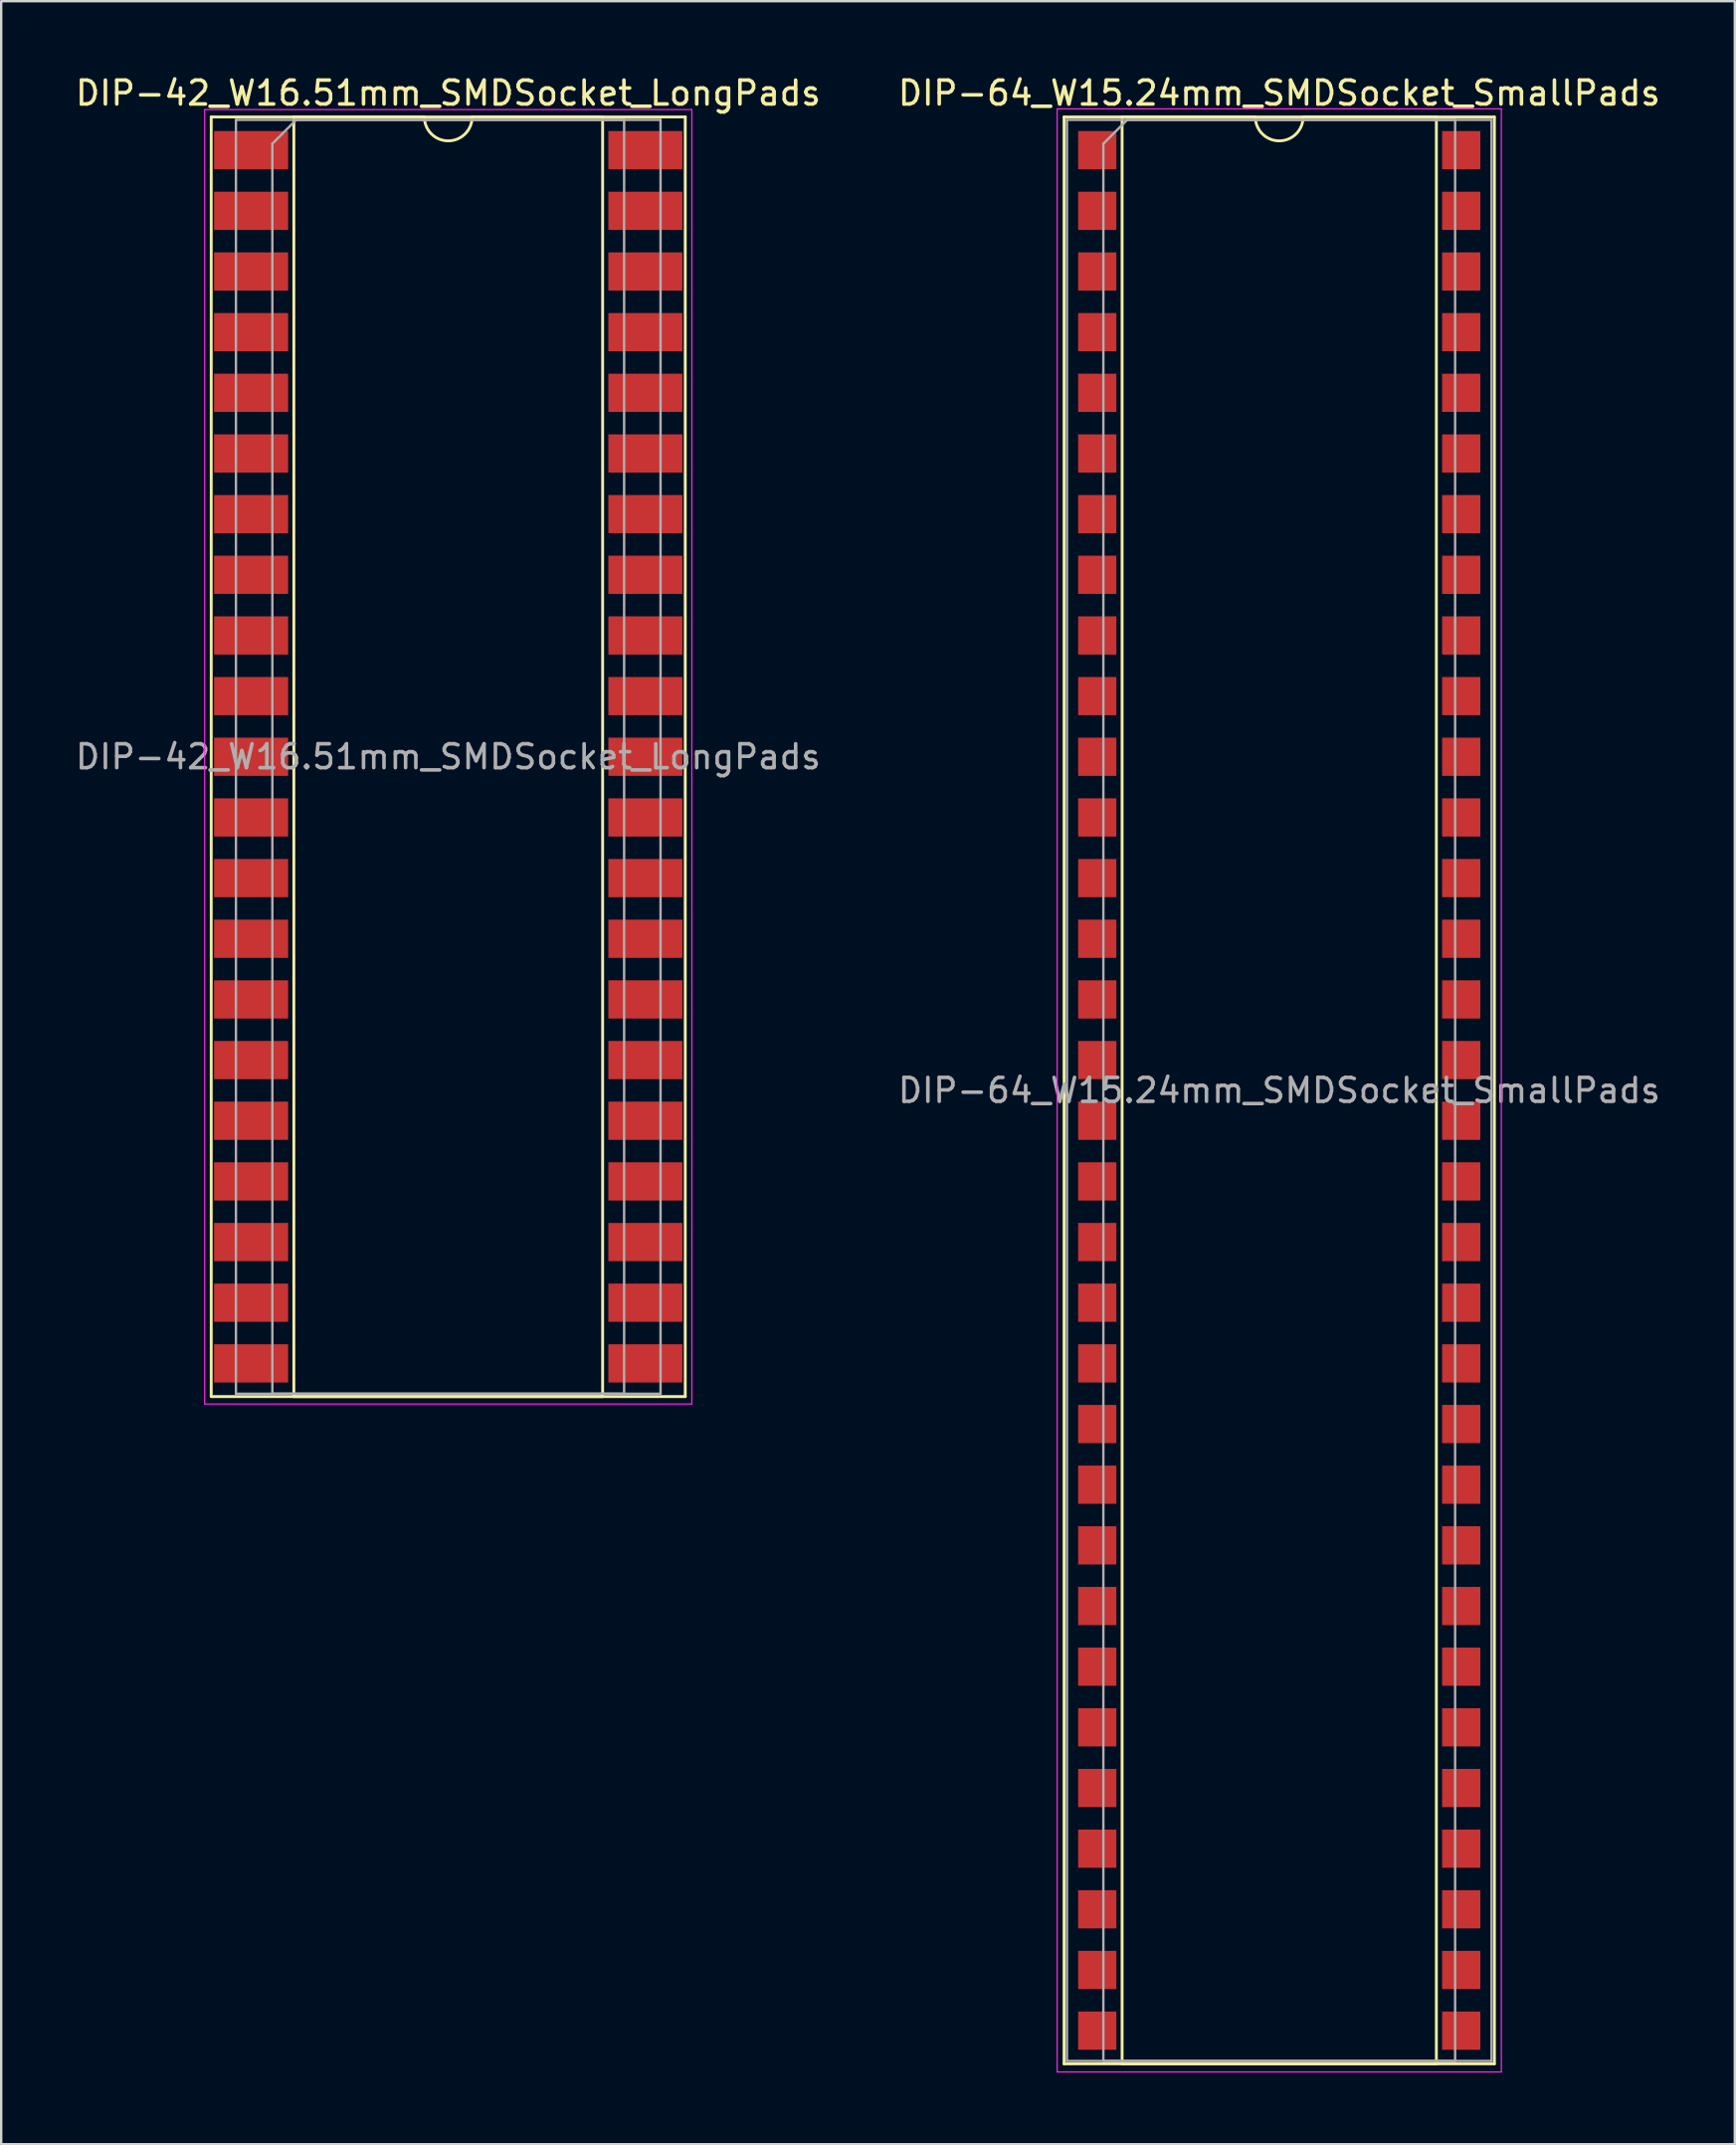
<source format=kicad_pcb>
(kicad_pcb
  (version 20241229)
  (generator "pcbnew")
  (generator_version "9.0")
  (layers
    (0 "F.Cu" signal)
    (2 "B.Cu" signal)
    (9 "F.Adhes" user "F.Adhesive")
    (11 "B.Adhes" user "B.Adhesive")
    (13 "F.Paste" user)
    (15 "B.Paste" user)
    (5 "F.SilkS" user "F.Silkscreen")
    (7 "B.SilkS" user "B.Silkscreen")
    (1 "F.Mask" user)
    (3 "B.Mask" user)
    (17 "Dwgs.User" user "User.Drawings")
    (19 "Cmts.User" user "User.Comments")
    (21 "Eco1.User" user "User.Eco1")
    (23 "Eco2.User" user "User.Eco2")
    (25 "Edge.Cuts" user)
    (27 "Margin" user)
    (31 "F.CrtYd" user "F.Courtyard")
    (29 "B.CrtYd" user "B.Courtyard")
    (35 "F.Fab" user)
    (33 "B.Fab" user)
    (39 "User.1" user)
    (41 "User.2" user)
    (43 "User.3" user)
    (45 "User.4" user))
  (footprint "DIP-42_W16.51mm_SMDSocket_LongPads"
    (layer "F.Cu")
    (at 15.72 28.638)
    (property "Reference" "DIP-42_W16.51mm_SMDSocket_LongPads" (at 0 -27.79 0) (layer "F.SilkS") (effects (font (size 1 1) (thickness 0.15))))
    (attr smd)
    (fp_line (start -9.925 -26.79) (end -9.925 26.79) (stroke (width 0.12) (type solid)) (layer "F.SilkS"))
    (fp_line (start -9.925 26.79) (end 9.925 26.79) (stroke (width 0.12) (type solid)) (layer "F.SilkS"))
    (fp_line (start -6.465 -26.79) (end -6.465 26.79) (stroke (width 0.12) (type solid)) (layer "F.SilkS"))
    (fp_line (start -6.465 26.79) (end 6.465 26.79) (stroke (width 0.12) (type solid)) (layer "F.SilkS"))
    (fp_line (start -1 -26.79) (end -6.465 -26.79) (stroke (width 0.12) (type solid)) (layer "F.SilkS"))
    (fp_line (start 6.465 -26.79) (end 1 -26.79) (stroke (width 0.12) (type solid)) (layer "F.SilkS"))
    (fp_line (start 6.465 26.79) (end 6.465 -26.79) (stroke (width 0.12) (type solid)) (layer "F.SilkS"))
    (fp_line (start 9.925 -26.79) (end -9.925 -26.79) (stroke (width 0.12) (type solid)) (layer "F.SilkS"))
    (fp_line (start 9.925 26.79) (end 9.925 -26.79) (stroke (width 0.12) (type solid)) (layer "F.SilkS"))
    (fp_arc (start 1 -26.79) (mid 0 -25.79) (end -1 -26.79) (stroke (width 0.12) (type solid)) (layer "F.SilkS"))
    (fp_line (start -10.2 -27.1) (end -10.2 27.1) (stroke (width 0.05) (type solid)) (layer "F.CrtYd"))
    (fp_line (start -10.2 27.1) (end 10.2 27.1) (stroke (width 0.05) (type solid)) (layer "F.CrtYd"))
    (fp_line (start 10.2 -27.1) (end -10.2 -27.1) (stroke (width 0.05) (type solid)) (layer "F.CrtYd"))
    (fp_line (start 10.2 27.1) (end 10.2 -27.1) (stroke (width 0.05) (type solid)) (layer "F.CrtYd"))
    (fp_line (start -8.89 -26.67) (end -8.89 26.67) (stroke (width 0.1) (type solid)) (layer "F.Fab"))
    (fp_line (start -8.89 26.67) (end 8.89 26.67) (stroke (width 0.1) (type solid)) (layer "F.Fab"))
    (fp_line (start -7.365 -25.67) (end -6.365 -26.67) (stroke (width 0.1) (type solid)) (layer "F.Fab"))
    (fp_line (start -7.365 26.67) (end -7.365 -25.67) (stroke (width 0.1) (type solid)) (layer "F.Fab"))
    (fp_line (start -6.365 -26.67) (end 7.365 -26.67) (stroke (width 0.1) (type solid)) (layer "F.Fab"))
    (fp_line (start 7.365 -26.67) (end 7.365 26.67) (stroke (width 0.1) (type solid)) (layer "F.Fab"))
    (fp_line (start 7.365 26.67) (end -7.365 26.67) (stroke (width 0.1) (type solid)) (layer "F.Fab"))
    (fp_line (start 8.89 -26.67) (end -8.89 -26.67) (stroke (width 0.1) (type solid)) (layer "F.Fab"))
    (fp_line (start 8.89 26.67) (end 8.89 -26.67) (stroke (width 0.1) (type solid)) (layer "F.Fab"))
    (fp_text user "${REFERENCE}" (at 0 0 0) (layer "F.Fab") (effects (font (size 1 1) (thickness 0.15))))
    (pad "1" smd rect (at -8.255 -25.4) (size 3.1 1.6) (layers "F.Cu" "F.Mask" "F.Paste"))
    (pad "2" smd rect (at -8.255 -22.86) (size 3.1 1.6) (layers "F.Cu" "F.Mask" "F.Paste"))
    (pad "3" smd rect (at -8.255 -20.32) (size 3.1 1.6) (layers "F.Cu" "F.Mask" "F.Paste"))
    (pad "4" smd rect (at -8.255 -17.78) (size 3.1 1.6) (layers "F.Cu" "F.Mask" "F.Paste"))
    (pad "5" smd rect (at -8.255 -15.24) (size 3.1 1.6) (layers "F.Cu" "F.Mask" "F.Paste"))
    (pad "6" smd rect (at -8.255 -12.7) (size 3.1 1.6) (layers "F.Cu" "F.Mask" "F.Paste"))
    (pad "7" smd rect (at -8.255 -10.16) (size 3.1 1.6) (layers "F.Cu" "F.Mask" "F.Paste"))
    (pad "8" smd rect (at -8.255 -7.62) (size 3.1 1.6) (layers "F.Cu" "F.Mask" "F.Paste"))
    (pad "9" smd rect (at -8.255 -5.08) (size 3.1 1.6) (layers "F.Cu" "F.Mask" "F.Paste"))
    (pad "10" smd rect (at -8.255 -2.54) (size 3.1 1.6) (layers "F.Cu" "F.Mask" "F.Paste"))
    (pad "11" smd rect (at -8.255 0) (size 3.1 1.6) (layers "F.Cu" "F.Mask" "F.Paste"))
    (pad "12" smd rect (at -8.255 2.54) (size 3.1 1.6) (layers "F.Cu" "F.Mask" "F.Paste"))
    (pad "13" smd rect (at -8.255 5.08) (size 3.1 1.6) (layers "F.Cu" "F.Mask" "F.Paste"))
    (pad "14" smd rect (at -8.255 7.62) (size 3.1 1.6) (layers "F.Cu" "F.Mask" "F.Paste"))
    (pad "15" smd rect (at -8.255 10.16) (size 3.1 1.6) (layers "F.Cu" "F.Mask" "F.Paste"))
    (pad "16" smd rect (at -8.255 12.7) (size 3.1 1.6) (layers "F.Cu" "F.Mask" "F.Paste"))
    (pad "17" smd rect (at -8.255 15.24) (size 3.1 1.6) (layers "F.Cu" "F.Mask" "F.Paste"))
    (pad "18" smd rect (at -8.255 17.78) (size 3.1 1.6) (layers "F.Cu" "F.Mask" "F.Paste"))
    (pad "19" smd rect (at -8.255 20.32) (size 3.1 1.6) (layers "F.Cu" "F.Mask" "F.Paste"))
    (pad "20" smd rect (at -8.255 22.86) (size 3.1 1.6) (layers "F.Cu" "F.Mask" "F.Paste"))
    (pad "21" smd rect (at -8.255 25.4) (size 3.1 1.6) (layers "F.Cu" "F.Mask" "F.Paste"))
    (pad "22" smd rect (at 8.255 25.4) (size 3.1 1.6) (layers "F.Cu" "F.Mask" "F.Paste"))
    (pad "23" smd rect (at 8.255 22.86) (size 3.1 1.6) (layers "F.Cu" "F.Mask" "F.Paste"))
    (pad "24" smd rect (at 8.255 20.32) (size 3.1 1.6) (layers "F.Cu" "F.Mask" "F.Paste"))
    (pad "25" smd rect (at 8.255 17.78) (size 3.1 1.6) (layers "F.Cu" "F.Mask" "F.Paste"))
    (pad "26" smd rect (at 8.255 15.24) (size 3.1 1.6) (layers "F.Cu" "F.Mask" "F.Paste"))
    (pad "27" smd rect (at 8.255 12.7) (size 3.1 1.6) (layers "F.Cu" "F.Mask" "F.Paste"))
    (pad "28" smd rect (at 8.255 10.16) (size 3.1 1.6) (layers "F.Cu" "F.Mask" "F.Paste"))
    (pad "29" smd rect (at 8.255 7.62) (size 3.1 1.6) (layers "F.Cu" "F.Mask" "F.Paste"))
    (pad "30" smd rect (at 8.255 5.08) (size 3.1 1.6) (layers "F.Cu" "F.Mask" "F.Paste"))
    (pad "31" smd rect (at 8.255 2.54) (size 3.1 1.6) (layers "F.Cu" "F.Mask" "F.Paste"))
    (pad "32" smd rect (at 8.255 0) (size 3.1 1.6) (layers "F.Cu" "F.Mask" "F.Paste"))
    (pad "33" smd rect (at 8.255 -2.54) (size 3.1 1.6) (layers "F.Cu" "F.Mask" "F.Paste"))
    (pad "34" smd rect (at 8.255 -5.08) (size 3.1 1.6) (layers "F.Cu" "F.Mask" "F.Paste"))
    (pad "35" smd rect (at 8.255 -7.62) (size 3.1 1.6) (layers "F.Cu" "F.Mask" "F.Paste"))
    (pad "36" smd rect (at 8.255 -10.16) (size 3.1 1.6) (layers "F.Cu" "F.Mask" "F.Paste"))
    (pad "37" smd rect (at 8.255 -12.7) (size 3.1 1.6) (layers "F.Cu" "F.Mask" "F.Paste"))
    (pad "38" smd rect (at 8.255 -15.24) (size 3.1 1.6) (layers "F.Cu" "F.Mask" "F.Paste"))
    (pad "39" smd rect (at 8.255 -17.78) (size 3.1 1.6) (layers "F.Cu" "F.Mask" "F.Paste"))
    (pad "40" smd rect (at 8.255 -20.32) (size 3.1 1.6) (layers "F.Cu" "F.Mask" "F.Paste"))
    (pad "41" smd rect (at 8.255 -22.86) (size 3.1 1.6) (layers "F.Cu" "F.Mask" "F.Paste"))
    (pad "42" smd rect (at 8.255 -25.4) (size 3.1 1.6) (layers "F.Cu" "F.Mask" "F.Paste")))
  (footprint "DIP-64_W15.24mm_SMDSocket_SmallPads"
    (layer "F.Cu")
    (at 50.518 42.608)
    (property "Reference" "DIP-64_W15.24mm_SMDSocket_SmallPads" (at 0 -41.76 0) (layer "F.SilkS") (effects (font (size 1 1) (thickness 0.15))))
    (attr smd)
    (fp_line (start -9.01 -40.76) (end -9.01 40.76) (stroke (width 0.12) (type solid)) (layer "F.SilkS"))
    (fp_line (start -9.01 40.76) (end 9.01 40.76) (stroke (width 0.12) (type solid)) (layer "F.SilkS"))
    (fp_line (start -6.58 -40.76) (end -6.58 40.76) (stroke (width 0.12) (type solid)) (layer "F.SilkS"))
    (fp_line (start -6.58 40.76) (end 6.58 40.76) (stroke (width 0.12) (type solid)) (layer "F.SilkS"))
    (fp_line (start -1 -40.76) (end -6.58 -40.76) (stroke (width 0.12) (type solid)) (layer "F.SilkS"))
    (fp_line (start 6.58 -40.76) (end 1 -40.76) (stroke (width 0.12) (type solid)) (layer "F.SilkS"))
    (fp_line (start 6.58 40.76) (end 6.58 -40.76) (stroke (width 0.12) (type solid)) (layer "F.SilkS"))
    (fp_line (start 9.01 -40.76) (end -9.01 -40.76) (stroke (width 0.12) (type solid)) (layer "F.SilkS"))
    (fp_line (start 9.01 40.76) (end 9.01 -40.76) (stroke (width 0.12) (type solid)) (layer "F.SilkS"))
    (fp_arc (start 1 -40.76) (mid 0 -39.76) (end -1 -40.76) (stroke (width 0.12) (type solid)) (layer "F.SilkS"))
    (fp_line (start -9.3 -41.1) (end -9.3 41.1) (stroke (width 0.05) (type solid)) (layer "F.CrtYd"))
    (fp_line (start -9.3 41.1) (end 9.3 41.1) (stroke (width 0.05) (type solid)) (layer "F.CrtYd"))
    (fp_line (start 9.3 -41.1) (end -9.3 -41.1) (stroke (width 0.05) (type solid)) (layer "F.CrtYd"))
    (fp_line (start 9.3 41.1) (end 9.3 -41.1) (stroke (width 0.05) (type solid)) (layer "F.CrtYd"))
    (fp_line (start -8.89 -40.64) (end -8.89 40.64) (stroke (width 0.1) (type solid)) (layer "F.Fab"))
    (fp_line (start -8.89 40.64) (end 8.89 40.64) (stroke (width 0.1) (type solid)) (layer "F.Fab"))
    (fp_line (start -7.365 -39.64) (end -6.365 -40.64) (stroke (width 0.1) (type solid)) (layer "F.Fab"))
    (fp_line (start -7.365 40.64) (end -7.365 -39.64) (stroke (width 0.1) (type solid)) (layer "F.Fab"))
    (fp_line (start -6.365 -40.64) (end 7.365 -40.64) (stroke (width 0.1) (type solid)) (layer "F.Fab"))
    (fp_line (start 7.365 -40.64) (end 7.365 40.64) (stroke (width 0.1) (type solid)) (layer "F.Fab"))
    (fp_line (start 7.365 40.64) (end -7.365 40.64) (stroke (width 0.1) (type solid)) (layer "F.Fab"))
    (fp_line (start 8.89 -40.64) (end -8.89 -40.64) (stroke (width 0.1) (type solid)) (layer "F.Fab"))
    (fp_line (start 8.89 40.64) (end 8.89 -40.64) (stroke (width 0.1) (type solid)) (layer "F.Fab"))
    (fp_text user "${REFERENCE}" (at 0 0 0) (layer "F.Fab") (effects (font (size 1 1) (thickness 0.15))))
    (pad "1" smd rect (at -7.62 -39.37) (size 1.6 1.6) (layers "F.Cu" "F.Mask" "F.Paste"))
    (pad "2" smd rect (at -7.62 -36.83) (size 1.6 1.6) (layers "F.Cu" "F.Mask" "F.Paste"))
    (pad "3" smd rect (at -7.62 -34.29) (size 1.6 1.6) (layers "F.Cu" "F.Mask" "F.Paste"))
    (pad "4" smd rect (at -7.62 -31.75) (size 1.6 1.6) (layers "F.Cu" "F.Mask" "F.Paste"))
    (pad "5" smd rect (at -7.62 -29.21) (size 1.6 1.6) (layers "F.Cu" "F.Mask" "F.Paste"))
    (pad "6" smd rect (at -7.62 -26.67) (size 1.6 1.6) (layers "F.Cu" "F.Mask" "F.Paste"))
    (pad "7" smd rect (at -7.62 -24.13) (size 1.6 1.6) (layers "F.Cu" "F.Mask" "F.Paste"))
    (pad "8" smd rect (at -7.62 -21.59) (size 1.6 1.6) (layers "F.Cu" "F.Mask" "F.Paste"))
    (pad "9" smd rect (at -7.62 -19.05) (size 1.6 1.6) (layers "F.Cu" "F.Mask" "F.Paste"))
    (pad "10" smd rect (at -7.62 -16.51) (size 1.6 1.6) (layers "F.Cu" "F.Mask" "F.Paste"))
    (pad "11" smd rect (at -7.62 -13.97) (size 1.6 1.6) (layers "F.Cu" "F.Mask" "F.Paste"))
    (pad "12" smd rect (at -7.62 -11.43) (size 1.6 1.6) (layers "F.Cu" "F.Mask" "F.Paste"))
    (pad "13" smd rect (at -7.62 -8.89) (size 1.6 1.6) (layers "F.Cu" "F.Mask" "F.Paste"))
    (pad "14" smd rect (at -7.62 -6.35) (size 1.6 1.6) (layers "F.Cu" "F.Mask" "F.Paste"))
    (pad "15" smd rect (at -7.62 -3.81) (size 1.6 1.6) (layers "F.Cu" "F.Mask" "F.Paste"))
    (pad "16" smd rect (at -7.62 -1.27) (size 1.6 1.6) (layers "F.Cu" "F.Mask" "F.Paste"))
    (pad "17" smd rect (at -7.62 1.27) (size 1.6 1.6) (layers "F.Cu" "F.Mask" "F.Paste"))
    (pad "18" smd rect (at -7.62 3.81) (size 1.6 1.6) (layers "F.Cu" "F.Mask" "F.Paste"))
    (pad "19" smd rect (at -7.62 6.35) (size 1.6 1.6) (layers "F.Cu" "F.Mask" "F.Paste"))
    (pad "20" smd rect (at -7.62 8.89) (size 1.6 1.6) (layers "F.Cu" "F.Mask" "F.Paste"))
    (pad "21" smd rect (at -7.62 11.43) (size 1.6 1.6) (layers "F.Cu" "F.Mask" "F.Paste"))
    (pad "22" smd rect (at -7.62 13.97) (size 1.6 1.6) (layers "F.Cu" "F.Mask" "F.Paste"))
    (pad "23" smd rect (at -7.62 16.51) (size 1.6 1.6) (layers "F.Cu" "F.Mask" "F.Paste"))
    (pad "24" smd rect (at -7.62 19.05) (size 1.6 1.6) (layers "F.Cu" "F.Mask" "F.Paste"))
    (pad "25" smd rect (at -7.62 21.59) (size 1.6 1.6) (layers "F.Cu" "F.Mask" "F.Paste"))
    (pad "26" smd rect (at -7.62 24.13) (size 1.6 1.6) (layers "F.Cu" "F.Mask" "F.Paste"))
    (pad "27" smd rect (at -7.62 26.67) (size 1.6 1.6) (layers "F.Cu" "F.Mask" "F.Paste"))
    (pad "28" smd rect (at -7.62 29.21) (size 1.6 1.6) (layers "F.Cu" "F.Mask" "F.Paste"))
    (pad "29" smd rect (at -7.62 31.75) (size 1.6 1.6) (layers "F.Cu" "F.Mask" "F.Paste"))
    (pad "30" smd rect (at -7.62 34.29) (size 1.6 1.6) (layers "F.Cu" "F.Mask" "F.Paste"))
    (pad "31" smd rect (at -7.62 36.83) (size 1.6 1.6) (layers "F.Cu" "F.Mask" "F.Paste"))
    (pad "32" smd rect (at -7.62 39.37) (size 1.6 1.6) (layers "F.Cu" "F.Mask" "F.Paste"))
    (pad "33" smd rect (at 7.62 39.37) (size 1.6 1.6) (layers "F.Cu" "F.Mask" "F.Paste"))
    (pad "34" smd rect (at 7.62 36.83) (size 1.6 1.6) (layers "F.Cu" "F.Mask" "F.Paste"))
    (pad "35" smd rect (at 7.62 34.29) (size 1.6 1.6) (layers "F.Cu" "F.Mask" "F.Paste"))
    (pad "36" smd rect (at 7.62 31.75) (size 1.6 1.6) (layers "F.Cu" "F.Mask" "F.Paste"))
    (pad "37" smd rect (at 7.62 29.21) (size 1.6 1.6) (layers "F.Cu" "F.Mask" "F.Paste"))
    (pad "38" smd rect (at 7.62 26.67) (size 1.6 1.6) (layers "F.Cu" "F.Mask" "F.Paste"))
    (pad "39" smd rect (at 7.62 24.13) (size 1.6 1.6) (layers "F.Cu" "F.Mask" "F.Paste"))
    (pad "40" smd rect (at 7.62 21.59) (size 1.6 1.6) (layers "F.Cu" "F.Mask" "F.Paste"))
    (pad "41" smd rect (at 7.62 19.05) (size 1.6 1.6) (layers "F.Cu" "F.Mask" "F.Paste"))
    (pad "42" smd rect (at 7.62 16.51) (size 1.6 1.6) (layers "F.Cu" "F.Mask" "F.Paste"))
    (pad "43" smd rect (at 7.62 13.97) (size 1.6 1.6) (layers "F.Cu" "F.Mask" "F.Paste"))
    (pad "44" smd rect (at 7.62 11.43) (size 1.6 1.6) (layers "F.Cu" "F.Mask" "F.Paste"))
    (pad "45" smd rect (at 7.62 8.89) (size 1.6 1.6) (layers "F.Cu" "F.Mask" "F.Paste"))
    (pad "46" smd rect (at 7.62 6.35) (size 1.6 1.6) (layers "F.Cu" "F.Mask" "F.Paste"))
    (pad "47" smd rect (at 7.62 3.81) (size 1.6 1.6) (layers "F.Cu" "F.Mask" "F.Paste"))
    (pad "48" smd rect (at 7.62 1.27) (size 1.6 1.6) (layers "F.Cu" "F.Mask" "F.Paste"))
    (pad "49" smd rect (at 7.62 -1.27) (size 1.6 1.6) (layers "F.Cu" "F.Mask" "F.Paste"))
    (pad "50" smd rect (at 7.62 -3.81) (size 1.6 1.6) (layers "F.Cu" "F.Mask" "F.Paste"))
    (pad "51" smd rect (at 7.62 -6.35) (size 1.6 1.6) (layers "F.Cu" "F.Mask" "F.Paste"))
    (pad "52" smd rect (at 7.62 -8.89) (size 1.6 1.6) (layers "F.Cu" "F.Mask" "F.Paste"))
    (pad "53" smd rect (at 7.62 -11.43) (size 1.6 1.6) (layers "F.Cu" "F.Mask" "F.Paste"))
    (pad "54" smd rect (at 7.62 -13.97) (size 1.6 1.6) (layers "F.Cu" "F.Mask" "F.Paste"))
    (pad "55" smd rect (at 7.62 -16.51) (size 1.6 1.6) (layers "F.Cu" "F.Mask" "F.Paste"))
    (pad "56" smd rect (at 7.62 -19.05) (size 1.6 1.6) (layers "F.Cu" "F.Mask" "F.Paste"))
    (pad "57" smd rect (at 7.62 -21.59) (size 1.6 1.6) (layers "F.Cu" "F.Mask" "F.Paste"))
    (pad "58" smd rect (at 7.62 -24.13) (size 1.6 1.6) (layers "F.Cu" "F.Mask" "F.Paste"))
    (pad "59" smd rect (at 7.62 -26.67) (size 1.6 1.6) (layers "F.Cu" "F.Mask" "F.Paste"))
    (pad "60" smd rect (at 7.62 -29.21) (size 1.6 1.6) (layers "F.Cu" "F.Mask" "F.Paste"))
    (pad "61" smd rect (at 7.62 -31.75) (size 1.6 1.6) (layers "F.Cu" "F.Mask" "F.Paste"))
    (pad "62" smd rect (at 7.62 -34.29) (size 1.6 1.6) (layers "F.Cu" "F.Mask" "F.Paste"))
    (pad "63" smd rect (at 7.62 -36.83) (size 1.6 1.6) (layers "F.Cu" "F.Mask" "F.Paste"))
    (pad "64" smd rect (at 7.62 -39.37) (size 1.6 1.6) (layers "F.Cu" "F.Mask" "F.Paste")))
  (gr_rect
    (start -3 -3)
    (end 69.595 86.733)
    (stroke (width 0.1) (type default))
    (fill no)
    (layer "Edge.Cuts")))
</source>
